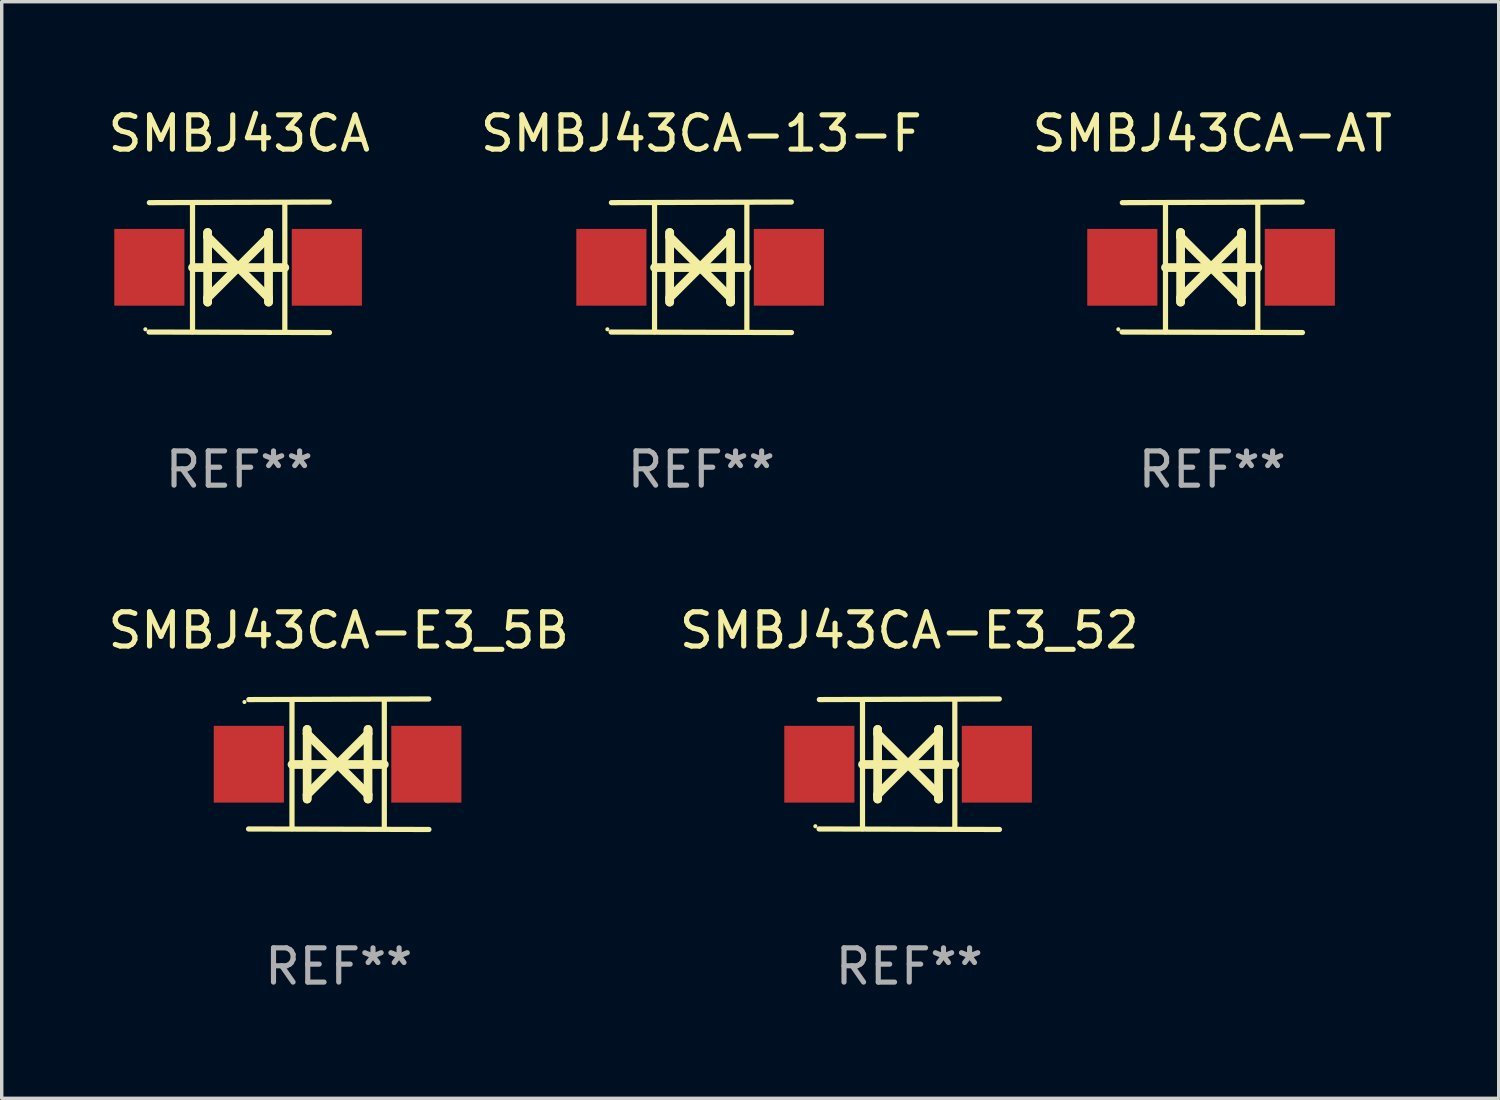
<source format=kicad_pcb>
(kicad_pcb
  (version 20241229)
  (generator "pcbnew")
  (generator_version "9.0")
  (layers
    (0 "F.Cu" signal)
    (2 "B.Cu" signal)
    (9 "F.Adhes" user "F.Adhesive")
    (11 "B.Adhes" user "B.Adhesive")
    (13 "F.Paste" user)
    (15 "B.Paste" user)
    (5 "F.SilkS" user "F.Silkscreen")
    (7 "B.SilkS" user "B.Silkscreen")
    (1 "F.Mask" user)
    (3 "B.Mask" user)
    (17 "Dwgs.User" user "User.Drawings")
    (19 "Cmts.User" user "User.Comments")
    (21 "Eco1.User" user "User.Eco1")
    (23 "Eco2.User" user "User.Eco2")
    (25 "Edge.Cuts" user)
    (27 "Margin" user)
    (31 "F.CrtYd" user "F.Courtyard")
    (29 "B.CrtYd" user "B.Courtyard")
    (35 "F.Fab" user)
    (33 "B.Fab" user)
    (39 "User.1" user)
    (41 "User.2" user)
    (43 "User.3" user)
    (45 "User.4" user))
  (footprint "SMBJ43CA-E3_5B"
    (layer "F.Cu")
    (at 6.839 19.26)
    (property "Reference" "SMBJ43CA-E3_5B" (at 0 -3.905 0) (layer "F.SilkS") (effects (font (size 1 1) (thickness 0.15))))
    (attr through_hole)
    (fp_line (start -1.365 1.886) (end -1.365 -1.886) (stroke (width 0.152) (type solid)) (layer "F.SilkS"))
    (fp_line (start -1.365 0.008) (end 1.33 0.008) (stroke (width 0.254) (type solid)) (layer "F.SilkS"))
    (fp_line (start -0.923 -1.016) (end -0.923 1.016) (stroke (width 0.254) (type solid)) (layer "F.SilkS"))
    (fp_line (start -0.923 -0.889) (end -0.923 -1.016) (stroke (width 0.254) (type solid)) (layer "F.SilkS"))
    (fp_line (start -0.923 0.889) (end -0.034 0) (stroke (width 0.254) (type solid)) (layer "F.SilkS"))
    (fp_line (start -0.923 1.016) (end -0.923 0.889) (stroke (width 0.254) (type solid)) (layer "F.SilkS"))
    (fp_line (start -0.034 0) (end -0.923 -0.889) (stroke (width 0.254) (type solid)) (layer "F.SilkS"))
    (fp_line (start -0.034 0) (end 0.855 0.889) (stroke (width 0.254) (type solid)) (layer "F.SilkS"))
    (fp_line (start 0.855 -1.016) (end 0.855 -0.889) (stroke (width 0.254) (type solid)) (layer "F.SilkS"))
    (fp_line (start 0.855 -0.889) (end -0.034 0) (stroke (width 0.254) (type solid)) (layer "F.SilkS"))
    (fp_line (start 0.855 0.889) (end 0.855 1.016) (stroke (width 0.254) (type solid)) (layer "F.SilkS"))
    (fp_line (start 0.855 1.016) (end 0.855 -1.016) (stroke (width 0.254) (type solid)) (layer "F.SilkS"))
    (fp_line (start 1.33 1.886) (end 1.33 -1.886) (stroke (width 0.152) (type solid)) (layer "F.SilkS"))
    (fp_line (start 2.629 -1.905) (end -2.625 -1.887) (stroke (width 0.152) (type solid)) (layer "F.SilkS"))
    (fp_line (start 2.633 1.905) (end -2.633 1.89) (stroke (width 0.152) (type solid)) (layer "F.SilkS"))
    (fp_circle (center -2.753 -1.816) (end -2.723 -1.816) (stroke (width 0.06) (type solid)) (fill no) (layer "F.SilkS"))
    (fp_text user "REF**" (at 0 5.905 0) (layer "F.Fab") (effects (font (size 1 1) (thickness 0.15))))
    (pad "1" smd rect (at -2.625 0) (size 2.047 2.241) (layers "F.Cu" "F.Mask" "F.Paste"))
    (pad "2" smd rect (at 2.557 0) (size 2.047 2.241) (layers "F.Cu" "F.Mask" "F.Paste")))
  (footprint "SMBJ43CA-AT"
    (layer "F.Cu")
    (at 32.339 4.753)
    (property "Reference" "SMBJ43CA-AT" (at 0 -3.905 0) (layer "F.SilkS") (effects (font (size 1 1) (thickness 0.15))))
    (attr through_hole)
    (fp_line (start -1.365 1.886) (end -1.365 -1.886) (stroke (width 0.152) (type solid)) (layer "F.SilkS"))
    (fp_line (start -1.365 0.008) (end 1.33 0.008) (stroke (width 0.254) (type solid)) (layer "F.SilkS"))
    (fp_line (start -0.923 -1.016) (end -0.923 1.016) (stroke (width 0.254) (type solid)) (layer "F.SilkS"))
    (fp_line (start -0.923 -0.889) (end -0.923 -1.016) (stroke (width 0.254) (type solid)) (layer "F.SilkS"))
    (fp_line (start -0.923 0.889) (end -0.034 0) (stroke (width 0.254) (type solid)) (layer "F.SilkS"))
    (fp_line (start -0.923 1.016) (end -0.923 0.889) (stroke (width 0.254) (type solid)) (layer "F.SilkS"))
    (fp_line (start -0.034 0) (end -0.923 -0.889) (stroke (width 0.254) (type solid)) (layer "F.SilkS"))
    (fp_line (start -0.034 0) (end 0.855 0.889) (stroke (width 0.254) (type solid)) (layer "F.SilkS"))
    (fp_line (start 0.855 -1.016) (end 0.855 -0.889) (stroke (width 0.254) (type solid)) (layer "F.SilkS"))
    (fp_line (start 0.855 -0.889) (end -0.034 0) (stroke (width 0.254) (type solid)) (layer "F.SilkS"))
    (fp_line (start 0.855 0.889) (end 0.855 1.016) (stroke (width 0.254) (type solid)) (layer "F.SilkS"))
    (fp_line (start 0.855 1.016) (end 0.855 -1.016) (stroke (width 0.254) (type solid)) (layer "F.SilkS"))
    (fp_line (start 1.33 1.886) (end 1.33 -1.886) (stroke (width 0.152) (type solid)) (layer "F.SilkS"))
    (fp_line (start 2.629 -1.905) (end -2.625 -1.887) (stroke (width 0.152) (type solid)) (layer "F.SilkS"))
    (fp_line (start 2.633 1.905) (end -2.633 1.89) (stroke (width 0.152) (type solid)) (layer "F.SilkS"))
    (fp_circle (center -2.741 1.81) (end -2.711 1.81) (stroke (width 0.06) (type solid)) (fill no) (layer "F.SilkS"))
    (fp_text user "REF**" (at 0 5.905 0) (layer "F.Fab") (effects (font (size 1 1) (thickness 0.15))))
    (pad "1" smd rect (at -2.625 0) (size 2.047 2.241) (layers "F.Cu" "F.Mask" "F.Paste"))
    (pad "2" smd rect (at 2.557 0) (size 2.047 2.241) (layers "F.Cu" "F.Mask" "F.Paste")))
  (footprint "SMBJ43CA-13-F"
    (layer "F.Cu")
    (at 17.423 4.753)
    (property "Reference" "SMBJ43CA-13-F" (at 0 -3.905 0) (layer "F.SilkS") (effects (font (size 1 1) (thickness 0.15))))
    (attr through_hole)
    (fp_line (start -1.365 1.886) (end -1.365 -1.886) (stroke (width 0.152) (type solid)) (layer "F.SilkS"))
    (fp_line (start -1.365 0.008) (end 1.33 0.008) (stroke (width 0.254) (type solid)) (layer "F.SilkS"))
    (fp_line (start -0.923 -1.016) (end -0.923 1.016) (stroke (width 0.254) (type solid)) (layer "F.SilkS"))
    (fp_line (start -0.923 -0.889) (end -0.923 -1.016) (stroke (width 0.254) (type solid)) (layer "F.SilkS"))
    (fp_line (start -0.923 0.889) (end -0.034 0) (stroke (width 0.254) (type solid)) (layer "F.SilkS"))
    (fp_line (start -0.923 1.016) (end -0.923 0.889) (stroke (width 0.254) (type solid)) (layer "F.SilkS"))
    (fp_line (start -0.034 0) (end -0.923 -0.889) (stroke (width 0.254) (type solid)) (layer "F.SilkS"))
    (fp_line (start -0.034 0) (end 0.855 0.889) (stroke (width 0.254) (type solid)) (layer "F.SilkS"))
    (fp_line (start 0.855 -1.016) (end 0.855 -0.889) (stroke (width 0.254) (type solid)) (layer "F.SilkS"))
    (fp_line (start 0.855 -0.889) (end -0.034 0) (stroke (width 0.254) (type solid)) (layer "F.SilkS"))
    (fp_line (start 0.855 0.889) (end 0.855 1.016) (stroke (width 0.254) (type solid)) (layer "F.SilkS"))
    (fp_line (start 0.855 1.016) (end 0.855 -1.016) (stroke (width 0.254) (type solid)) (layer "F.SilkS"))
    (fp_line (start 1.33 1.886) (end 1.33 -1.886) (stroke (width 0.152) (type solid)) (layer "F.SilkS"))
    (fp_line (start 2.629 -1.905) (end -2.625 -1.887) (stroke (width 0.152) (type solid)) (layer "F.SilkS"))
    (fp_line (start 2.633 1.905) (end -2.633 1.89) (stroke (width 0.152) (type solid)) (layer "F.SilkS"))
    (fp_circle (center -2.741 1.81) (end -2.711 1.81) (stroke (width 0.06) (type solid)) (fill no) (layer "F.SilkS"))
    (fp_text user "REF**" (at 0 5.905 0) (layer "F.Fab") (effects (font (size 1 1) (thickness 0.15))))
    (pad "1" smd rect (at -2.625 0) (size 2.047 2.241) (layers "F.Cu" "F.Mask" "F.Paste"))
    (pad "2" smd rect (at 2.557 0) (size 2.047 2.241) (layers "F.Cu" "F.Mask" "F.Paste")))
  (footprint "SMBJ43CA-E3_52"
    (layer "F.Cu")
    (at 23.494 19.26)
    (property "Reference" "SMBJ43CA-E3_52" (at 0 -3.905 0) (layer "F.SilkS") (effects (font (size 1 1) (thickness 0.15))))
    (attr through_hole)
    (fp_line (start -1.365 1.886) (end -1.365 -1.886) (stroke (width 0.152) (type solid)) (layer "F.SilkS"))
    (fp_line (start -1.365 0.008) (end 1.33 0.008) (stroke (width 0.254) (type solid)) (layer "F.SilkS"))
    (fp_line (start -0.923 -1.016) (end -0.923 1.016) (stroke (width 0.254) (type solid)) (layer "F.SilkS"))
    (fp_line (start -0.923 -0.889) (end -0.923 -1.016) (stroke (width 0.254) (type solid)) (layer "F.SilkS"))
    (fp_line (start -0.923 0.889) (end -0.034 0) (stroke (width 0.254) (type solid)) (layer "F.SilkS"))
    (fp_line (start -0.923 1.016) (end -0.923 0.889) (stroke (width 0.254) (type solid)) (layer "F.SilkS"))
    (fp_line (start -0.034 0) (end -0.923 -0.889) (stroke (width 0.254) (type solid)) (layer "F.SilkS"))
    (fp_line (start -0.034 0) (end 0.855 0.889) (stroke (width 0.254) (type solid)) (layer "F.SilkS"))
    (fp_line (start 0.855 -1.016) (end 0.855 -0.889) (stroke (width 0.254) (type solid)) (layer "F.SilkS"))
    (fp_line (start 0.855 -0.889) (end -0.034 0) (stroke (width 0.254) (type solid)) (layer "F.SilkS"))
    (fp_line (start 0.855 0.889) (end 0.855 1.016) (stroke (width 0.254) (type solid)) (layer "F.SilkS"))
    (fp_line (start 0.855 1.016) (end 0.855 -1.016) (stroke (width 0.254) (type solid)) (layer "F.SilkS"))
    (fp_line (start 1.33 1.886) (end 1.33 -1.886) (stroke (width 0.152) (type solid)) (layer "F.SilkS"))
    (fp_line (start 2.629 -1.905) (end -2.625 -1.887) (stroke (width 0.152) (type solid)) (layer "F.SilkS"))
    (fp_line (start 2.633 1.905) (end -2.633 1.89) (stroke (width 0.152) (type solid)) (layer "F.SilkS"))
    (fp_circle (center -2.741 1.81) (end -2.711 1.81) (stroke (width 0.06) (type solid)) (fill no) (layer "F.SilkS"))
    (fp_text user "REF**" (at 0 5.905 0) (layer "F.Fab") (effects (font (size 1 1) (thickness 0.15))))
    (pad "1" smd rect (at -2.625 0) (size 2.047 2.241) (layers "F.Cu" "F.Mask" "F.Paste"))
    (pad "2" smd rect (at 2.557 0) (size 2.047 2.241) (layers "F.Cu" "F.Mask" "F.Paste")))
  (footprint "SMBJ43CA"
    (layer "F.Cu")
    (at 3.935 4.753)
    (property "Reference" "SMBJ43CA" (at 0 -3.905 0) (layer "F.SilkS") (effects (font (size 1 1) (thickness 0.15))))
    (attr through_hole)
    (fp_line (start -1.365 1.886) (end -1.365 -1.886) (stroke (width 0.152) (type solid)) (layer "F.SilkS"))
    (fp_line (start -1.365 0.008) (end 1.33 0.008) (stroke (width 0.254) (type solid)) (layer "F.SilkS"))
    (fp_line (start -0.923 -1.016) (end -0.923 1.016) (stroke (width 0.254) (type solid)) (layer "F.SilkS"))
    (fp_line (start -0.923 -0.889) (end -0.923 -1.016) (stroke (width 0.254) (type solid)) (layer "F.SilkS"))
    (fp_line (start -0.923 0.889) (end -0.034 0) (stroke (width 0.254) (type solid)) (layer "F.SilkS"))
    (fp_line (start -0.923 1.016) (end -0.923 0.889) (stroke (width 0.254) (type solid)) (layer "F.SilkS"))
    (fp_line (start -0.034 0) (end -0.923 -0.889) (stroke (width 0.254) (type solid)) (layer "F.SilkS"))
    (fp_line (start -0.034 0) (end 0.855 0.889) (stroke (width 0.254) (type solid)) (layer "F.SilkS"))
    (fp_line (start 0.855 -1.016) (end 0.855 -0.889) (stroke (width 0.254) (type solid)) (layer "F.SilkS"))
    (fp_line (start 0.855 -0.889) (end -0.034 0) (stroke (width 0.254) (type solid)) (layer "F.SilkS"))
    (fp_line (start 0.855 0.889) (end 0.855 1.016) (stroke (width 0.254) (type solid)) (layer "F.SilkS"))
    (fp_line (start 0.855 1.016) (end 0.855 -1.016) (stroke (width 0.254) (type solid)) (layer "F.SilkS"))
    (fp_line (start 1.33 1.886) (end 1.33 -1.886) (stroke (width 0.152) (type solid)) (layer "F.SilkS"))
    (fp_line (start 2.629 -1.905) (end -2.625 -1.887) (stroke (width 0.152) (type solid)) (layer "F.SilkS"))
    (fp_line (start 2.633 1.905) (end -2.633 1.89) (stroke (width 0.152) (type solid)) (layer "F.SilkS"))
    (fp_circle (center -2.741 1.81) (end -2.711 1.81) (stroke (width 0.06) (type solid)) (fill no) (layer "F.SilkS"))
    (fp_text user "REF**" (at 0 5.905 0) (layer "F.Fab") (effects (font (size 1 1) (thickness 0.15))))
    (pad "1" smd rect (at -2.625 0) (size 2.047 2.241) (layers "F.Cu" "F.Mask" "F.Paste"))
    (pad "2" smd rect (at 2.557 0) (size 2.047 2.241) (layers "F.Cu" "F.Mask" "F.Paste")))
  (gr_rect
    (start -3 -3)
    (end 40.702 29.013)
    (stroke (width 0.1) (type default))
    (fill no)
    (layer "Edge.Cuts")))
</source>
